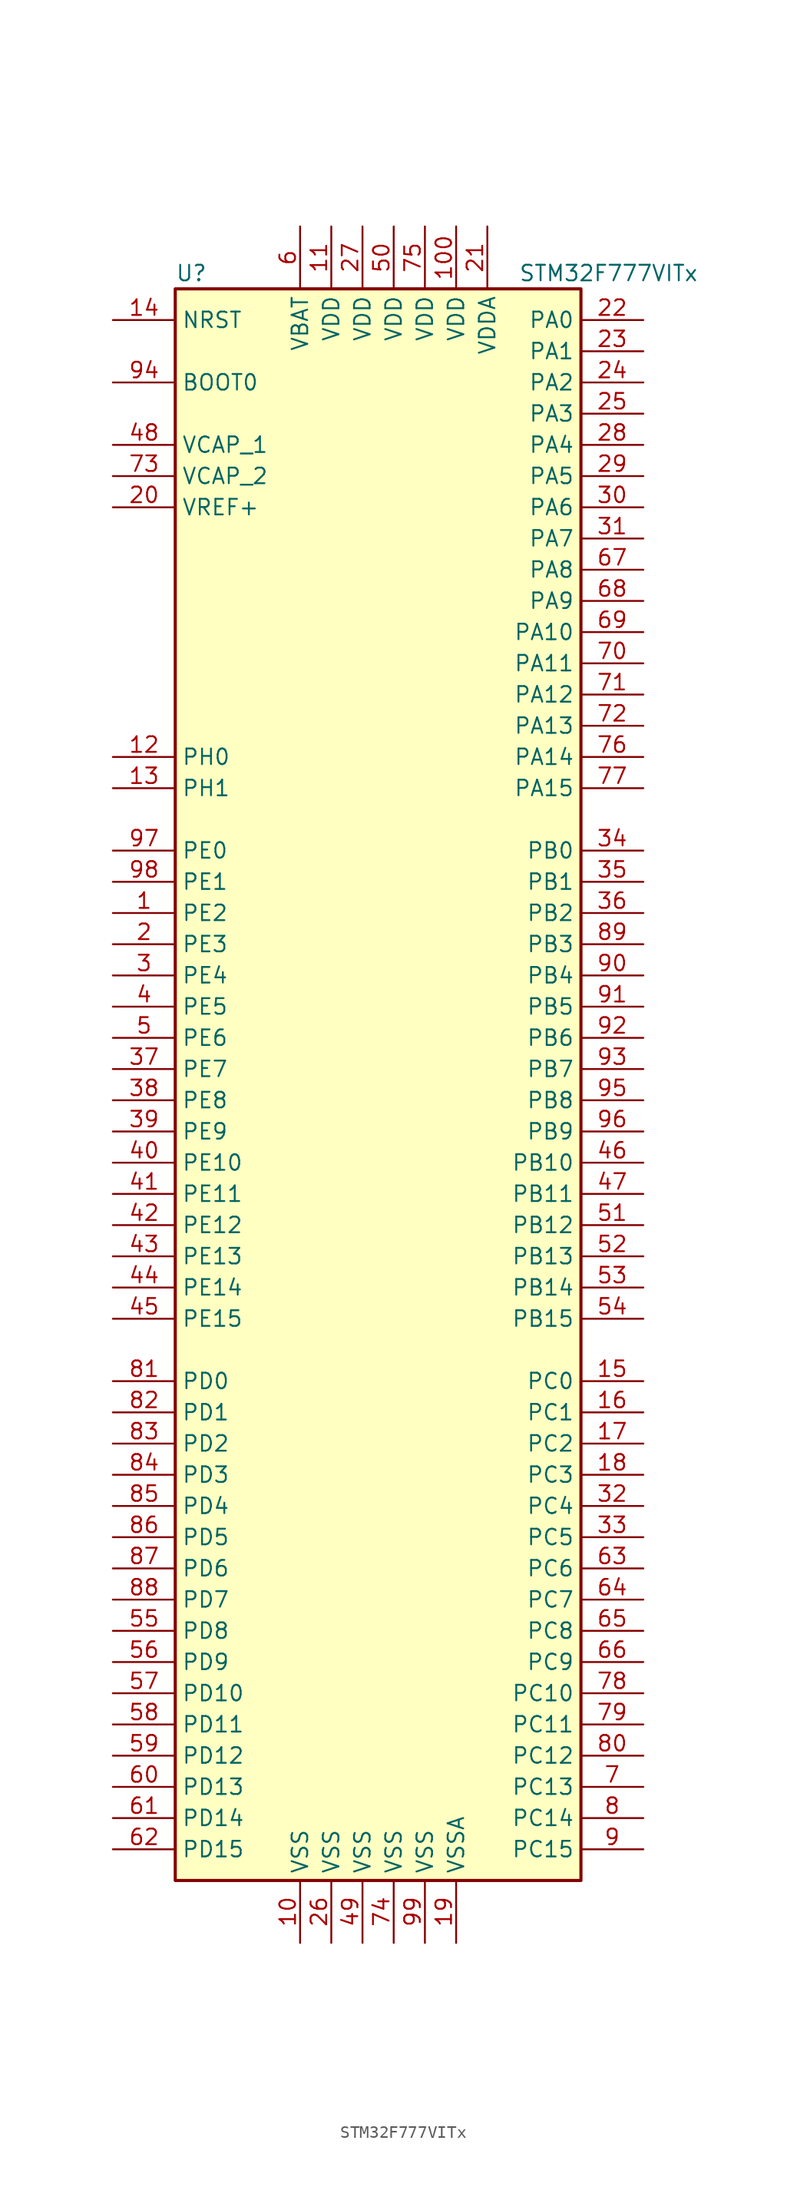
<source format=kicad_sym>
(kicad_symbol_lib
  (version 20201005)
  (generator kicad_symbol_editor)
  (symbol "STM32F777VITx"
    (property "Reference" "U"
      (at -17.78 64.77 0)
      (effects (font (size 1.27 1.27)) (justify left)))
    (property "Value" "STM32F777VITx"
      (at 10.16 64.77 0)
      (effects (font (size 1.27 1.27)) (justify left)))
    (symbol "STM32F777VITx_0_1"
      (rectangle (start -17.78 -66.04) (end 15.24 63.5) (stroke (width 0.254)) (fill (type background))))
    (symbol "STM32F777VITx_1_1"
      (pin input line (at -22.86 55.88 0) (length 5.08) (name "BOOT0" (effects (font (size 1.27 1.27)))) (number "94" (effects (font (size 1.27 1.27)))))
      (pin input line (at -22.86 60.96 0) (length 5.08) (name "NRST" (effects (font (size 1.27 1.27)))) (number "14" (effects (font (size 1.27 1.27)))))
      (pin bidirectional line (at 20.32 60.96 180) (length 5.08) (name "PA0" (effects (font (size 1.27 1.27)))) (number "22" (effects (font (size 1.27 1.27)))))
      (pin bidirectional line (at 20.32 58.42 180) (length 5.08) (name "PA1" (effects (font (size 1.27 1.27)))) (number "23" (effects (font (size 1.27 1.27)))))
      (pin bidirectional line (at 20.32 35.56 180) (length 5.08) (name "PA10" (effects (font (size 1.27 1.27)))) (number "69" (effects (font (size 1.27 1.27)))))
      (pin bidirectional line (at 20.32 33.02 180) (length 5.08) (name "PA11" (effects (font (size 1.27 1.27)))) (number "70" (effects (font (size 1.27 1.27)))))
      (pin bidirectional line (at 20.32 30.48 180) (length 5.08) (name "PA12" (effects (font (size 1.27 1.27)))) (number "71" (effects (font (size 1.27 1.27)))))
      (pin bidirectional line (at 20.32 27.94 180) (length 5.08) (name "PA13" (effects (font (size 1.27 1.27)))) (number "72" (effects (font (size 1.27 1.27)))))
      (pin bidirectional line (at 20.32 25.4 180) (length 5.08) (name "PA14" (effects (font (size 1.27 1.27)))) (number "76" (effects (font (size 1.27 1.27)))))
      (pin bidirectional line (at 20.32 22.86 180) (length 5.08) (name "PA15" (effects (font (size 1.27 1.27)))) (number "77" (effects (font (size 1.27 1.27)))))
      (pin bidirectional line (at 20.32 55.88 180) (length 5.08) (name "PA2" (effects (font (size 1.27 1.27)))) (number "24" (effects (font (size 1.27 1.27)))))
      (pin bidirectional line (at 20.32 53.34 180) (length 5.08) (name "PA3" (effects (font (size 1.27 1.27)))) (number "25" (effects (font (size 1.27 1.27)))))
      (pin bidirectional line (at 20.32 50.8 180) (length 5.08) (name "PA4" (effects (font (size 1.27 1.27)))) (number "28" (effects (font (size 1.27 1.27)))))
      (pin bidirectional line (at 20.32 48.26 180) (length 5.08) (name "PA5" (effects (font (size 1.27 1.27)))) (number "29" (effects (font (size 1.27 1.27)))))
      (pin bidirectional line (at 20.32 45.72 180) (length 5.08) (name "PA6" (effects (font (size 1.27 1.27)))) (number "30" (effects (font (size 1.27 1.27)))))
      (pin bidirectional line (at 20.32 43.18 180) (length 5.08) (name "PA7" (effects (font (size 1.27 1.27)))) (number "31" (effects (font (size 1.27 1.27)))))
      (pin bidirectional line (at 20.32 40.64 180) (length 5.08) (name "PA8" (effects (font (size 1.27 1.27)))) (number "67" (effects (font (size 1.27 1.27)))))
      (pin bidirectional line (at 20.32 38.1 180) (length 5.08) (name "PA9" (effects (font (size 1.27 1.27)))) (number "68" (effects (font (size 1.27 1.27)))))
      (pin bidirectional line (at 20.32 17.78 180) (length 5.08) (name "PB0" (effects (font (size 1.27 1.27)))) (number "34" (effects (font (size 1.27 1.27)))))
      (pin bidirectional line (at 20.32 15.24 180) (length 5.08) (name "PB1" (effects (font (size 1.27 1.27)))) (number "35" (effects (font (size 1.27 1.27)))))
      (pin bidirectional line (at 20.32 -7.62 180) (length 5.08) (name "PB10" (effects (font (size 1.27 1.27)))) (number "46" (effects (font (size 1.27 1.27)))))
      (pin bidirectional line (at 20.32 -10.16 180) (length 5.08) (name "PB11" (effects (font (size 1.27 1.27)))) (number "47" (effects (font (size 1.27 1.27)))))
      (pin bidirectional line (at 20.32 -12.7 180) (length 5.08) (name "PB12" (effects (font (size 1.27 1.27)))) (number "51" (effects (font (size 1.27 1.27)))))
      (pin bidirectional line (at 20.32 -15.24 180) (length 5.08) (name "PB13" (effects (font (size 1.27 1.27)))) (number "52" (effects (font (size 1.27 1.27)))))
      (pin bidirectional line (at 20.32 -17.78 180) (length 5.08) (name "PB14" (effects (font (size 1.27 1.27)))) (number "53" (effects (font (size 1.27 1.27)))))
      (pin bidirectional line (at 20.32 -20.32 180) (length 5.08) (name "PB15" (effects (font (size 1.27 1.27)))) (number "54" (effects (font (size 1.27 1.27)))))
      (pin bidirectional line (at 20.32 12.7 180) (length 5.08) (name "PB2" (effects (font (size 1.27 1.27)))) (number "36" (effects (font (size 1.27 1.27)))))
      (pin bidirectional line (at 20.32 10.16 180) (length 5.08) (name "PB3" (effects (font (size 1.27 1.27)))) (number "89" (effects (font (size 1.27 1.27)))))
      (pin bidirectional line (at 20.32 7.62 180) (length 5.08) (name "PB4" (effects (font (size 1.27 1.27)))) (number "90" (effects (font (size 1.27 1.27)))))
      (pin bidirectional line (at 20.32 5.08 180) (length 5.08) (name "PB5" (effects (font (size 1.27 1.27)))) (number "91" (effects (font (size 1.27 1.27)))))
      (pin bidirectional line (at 20.32 2.54 180) (length 5.08) (name "PB6" (effects (font (size 1.27 1.27)))) (number "92" (effects (font (size 1.27 1.27)))))
      (pin bidirectional line (at 20.32 0 180) (length 5.08) (name "PB7" (effects (font (size 1.27 1.27)))) (number "93" (effects (font (size 1.27 1.27)))))
      (pin bidirectional line (at 20.32 -2.54 180) (length 5.08) (name "PB8" (effects (font (size 1.27 1.27)))) (number "95" (effects (font (size 1.27 1.27)))))
      (pin bidirectional line (at 20.32 -5.08 180) (length 5.08) (name "PB9" (effects (font (size 1.27 1.27)))) (number "96" (effects (font (size 1.27 1.27)))))
      (pin bidirectional line (at 20.32 -25.4 180) (length 5.08) (name "PC0" (effects (font (size 1.27 1.27)))) (number "15" (effects (font (size 1.27 1.27)))))
      (pin bidirectional line (at 20.32 -27.94 180) (length 5.08) (name "PC1" (effects (font (size 1.27 1.27)))) (number "16" (effects (font (size 1.27 1.27)))))
      (pin bidirectional line (at 20.32 -50.8 180) (length 5.08) (name "PC10" (effects (font (size 1.27 1.27)))) (number "78" (effects (font (size 1.27 1.27)))))
      (pin bidirectional line (at 20.32 -53.34 180) (length 5.08) (name "PC11" (effects (font (size 1.27 1.27)))) (number "79" (effects (font (size 1.27 1.27)))))
      (pin bidirectional line (at 20.32 -55.88 180) (length 5.08) (name "PC12" (effects (font (size 1.27 1.27)))) (number "80" (effects (font (size 1.27 1.27)))))
      (pin bidirectional line (at 20.32 -58.42 180) (length 5.08) (name "PC13" (effects (font (size 1.27 1.27)))) (number "7" (effects (font (size 1.27 1.27)))))
      (pin bidirectional line (at 20.32 -60.96 180) (length 5.08) (name "PC14" (effects (font (size 1.27 1.27)))) (number "8" (effects (font (size 1.27 1.27)))))
      (pin bidirectional line (at 20.32 -63.5 180) (length 5.08) (name "PC15" (effects (font (size 1.27 1.27)))) (number "9" (effects (font (size 1.27 1.27)))))
      (pin bidirectional line (at 20.32 -30.48 180) (length 5.08) (name "PC2" (effects (font (size 1.27 1.27)))) (number "17" (effects (font (size 1.27 1.27)))))
      (pin bidirectional line (at 20.32 -33.02 180) (length 5.08) (name "PC3" (effects (font (size 1.27 1.27)))) (number "18" (effects (font (size 1.27 1.27)))))
      (pin bidirectional line (at 20.32 -35.56 180) (length 5.08) (name "PC4" (effects (font (size 1.27 1.27)))) (number "32" (effects (font (size 1.27 1.27)))))
      (pin bidirectional line (at 20.32 -38.1 180) (length 5.08) (name "PC5" (effects (font (size 1.27 1.27)))) (number "33" (effects (font (size 1.27 1.27)))))
      (pin bidirectional line (at 20.32 -40.64 180) (length 5.08) (name "PC6" (effects (font (size 1.27 1.27)))) (number "63" (effects (font (size 1.27 1.27)))))
      (pin bidirectional line (at 20.32 -43.18 180) (length 5.08) (name "PC7" (effects (font (size 1.27 1.27)))) (number "64" (effects (font (size 1.27 1.27)))))
      (pin bidirectional line (at 20.32 -45.72 180) (length 5.08) (name "PC8" (effects (font (size 1.27 1.27)))) (number "65" (effects (font (size 1.27 1.27)))))
      (pin bidirectional line (at 20.32 -48.26 180) (length 5.08) (name "PC9" (effects (font (size 1.27 1.27)))) (number "66" (effects (font (size 1.27 1.27)))))
      (pin bidirectional line (at -22.86 -25.4 0) (length 5.08) (name "PD0" (effects (font (size 1.27 1.27)))) (number "81" (effects (font (size 1.27 1.27)))))
      (pin bidirectional line (at -22.86 -27.94 0) (length 5.08) (name "PD1" (effects (font (size 1.27 1.27)))) (number "82" (effects (font (size 1.27 1.27)))))
      (pin bidirectional line (at -22.86 -50.8 0) (length 5.08) (name "PD10" (effects (font (size 1.27 1.27)))) (number "57" (effects (font (size 1.27 1.27)))))
      (pin bidirectional line (at -22.86 -53.34 0) (length 5.08) (name "PD11" (effects (font (size 1.27 1.27)))) (number "58" (effects (font (size 1.27 1.27)))))
      (pin bidirectional line (at -22.86 -55.88 0) (length 5.08) (name "PD12" (effects (font (size 1.27 1.27)))) (number "59" (effects (font (size 1.27 1.27)))))
      (pin bidirectional line (at -22.86 -58.42 0) (length 5.08) (name "PD13" (effects (font (size 1.27 1.27)))) (number "60" (effects (font (size 1.27 1.27)))))
      (pin bidirectional line (at -22.86 -60.96 0) (length 5.08) (name "PD14" (effects (font (size 1.27 1.27)))) (number "61" (effects (font (size 1.27 1.27)))))
      (pin bidirectional line (at -22.86 -63.5 0) (length 5.08) (name "PD15" (effects (font (size 1.27 1.27)))) (number "62" (effects (font (size 1.27 1.27)))))
      (pin bidirectional line (at -22.86 -30.48 0) (length 5.08) (name "PD2" (effects (font (size 1.27 1.27)))) (number "83" (effects (font (size 1.27 1.27)))))
      (pin bidirectional line (at -22.86 -33.02 0) (length 5.08) (name "PD3" (effects (font (size 1.27 1.27)))) (number "84" (effects (font (size 1.27 1.27)))))
      (pin bidirectional line (at -22.86 -35.56 0) (length 5.08) (name "PD4" (effects (font (size 1.27 1.27)))) (number "85" (effects (font (size 1.27 1.27)))))
      (pin bidirectional line (at -22.86 -38.1 0) (length 5.08) (name "PD5" (effects (font (size 1.27 1.27)))) (number "86" (effects (font (size 1.27 1.27)))))
      (pin bidirectional line (at -22.86 -40.64 0) (length 5.08) (name "PD6" (effects (font (size 1.27 1.27)))) (number "87" (effects (font (size 1.27 1.27)))))
      (pin bidirectional line (at -22.86 -43.18 0) (length 5.08) (name "PD7" (effects (font (size 1.27 1.27)))) (number "88" (effects (font (size 1.27 1.27)))))
      (pin bidirectional line (at -22.86 -45.72 0) (length 5.08) (name "PD8" (effects (font (size 1.27 1.27)))) (number "55" (effects (font (size 1.27 1.27)))))
      (pin bidirectional line (at -22.86 -48.26 0) (length 5.08) (name "PD9" (effects (font (size 1.27 1.27)))) (number "56" (effects (font (size 1.27 1.27)))))
      (pin bidirectional line (at -22.86 17.78 0) (length 5.08) (name "PE0" (effects (font (size 1.27 1.27)))) (number "97" (effects (font (size 1.27 1.27)))))
      (pin bidirectional line (at -22.86 15.24 0) (length 5.08) (name "PE1" (effects (font (size 1.27 1.27)))) (number "98" (effects (font (size 1.27 1.27)))))
      (pin bidirectional line (at -22.86 -7.62 0) (length 5.08) (name "PE10" (effects (font (size 1.27 1.27)))) (number "40" (effects (font (size 1.27 1.27)))))
      (pin bidirectional line (at -22.86 -10.16 0) (length 5.08) (name "PE11" (effects (font (size 1.27 1.27)))) (number "41" (effects (font (size 1.27 1.27)))))
      (pin bidirectional line (at -22.86 -12.7 0) (length 5.08) (name "PE12" (effects (font (size 1.27 1.27)))) (number "42" (effects (font (size 1.27 1.27)))))
      (pin bidirectional line (at -22.86 -15.24 0) (length 5.08) (name "PE13" (effects (font (size 1.27 1.27)))) (number "43" (effects (font (size 1.27 1.27)))))
      (pin bidirectional line (at -22.86 -17.78 0) (length 5.08) (name "PE14" (effects (font (size 1.27 1.27)))) (number "44" (effects (font (size 1.27 1.27)))))
      (pin bidirectional line (at -22.86 -20.32 0) (length 5.08) (name "PE15" (effects (font (size 1.27 1.27)))) (number "45" (effects (font (size 1.27 1.27)))))
      (pin bidirectional line (at -22.86 12.7 0) (length 5.08) (name "PE2" (effects (font (size 1.27 1.27)))) (number "1" (effects (font (size 1.27 1.27)))))
      (pin bidirectional line (at -22.86 10.16 0) (length 5.08) (name "PE3" (effects (font (size 1.27 1.27)))) (number "2" (effects (font (size 1.27 1.27)))))
      (pin bidirectional line (at -22.86 7.62 0) (length 5.08) (name "PE4" (effects (font (size 1.27 1.27)))) (number "3" (effects (font (size 1.27 1.27)))))
      (pin bidirectional line (at -22.86 5.08 0) (length 5.08) (name "PE5" (effects (font (size 1.27 1.27)))) (number "4" (effects (font (size 1.27 1.27)))))
      (pin bidirectional line (at -22.86 2.54 0) (length 5.08) (name "PE6" (effects (font (size 1.27 1.27)))) (number "5" (effects (font (size 1.27 1.27)))))
      (pin bidirectional line (at -22.86 0 0) (length 5.08) (name "PE7" (effects (font (size 1.27 1.27)))) (number "37" (effects (font (size 1.27 1.27)))))
      (pin bidirectional line (at -22.86 -2.54 0) (length 5.08) (name "PE8" (effects (font (size 1.27 1.27)))) (number "38" (effects (font (size 1.27 1.27)))))
      (pin bidirectional line (at -22.86 -5.08 0) (length 5.08) (name "PE9" (effects (font (size 1.27 1.27)))) (number "39" (effects (font (size 1.27 1.27)))))
      (pin input line (at -22.86 25.4 0) (length 5.08) (name "PH0" (effects (font (size 1.27 1.27)))) (number "12" (effects (font (size 1.27 1.27)))))
      (pin input line (at -22.86 22.86 0) (length 5.08) (name "PH1" (effects (font (size 1.27 1.27)))) (number "13" (effects (font (size 1.27 1.27)))))
      (pin power_in line (at -7.62 68.58 270) (length 5.08) (name "VBAT" (effects (font (size 1.27 1.27)))) (number "6" (effects (font (size 1.27 1.27)))))
      (pin power_in line (at -22.86 50.8 0) (length 5.08) (name "VCAP_1" (effects (font (size 1.27 1.27)))) (number "48" (effects (font (size 1.27 1.27)))))
      (pin power_in line (at -22.86 48.26 0) (length 5.08) (name "VCAP_2" (effects (font (size 1.27 1.27)))) (number "73" (effects (font (size 1.27 1.27)))))
      (pin power_in line (at 5.08 68.58 270) (length 5.08) (name "VDD" (effects (font (size 1.27 1.27)))) (number "100" (effects (font (size 1.27 1.27)))))
      (pin power_in line (at -5.08 68.58 270) (length 5.08) (name "VDD" (effects (font (size 1.27 1.27)))) (number "11" (effects (font (size 1.27 1.27)))))
      (pin power_in line (at -2.54 68.58 270) (length 5.08) (name "VDD" (effects (font (size 1.27 1.27)))) (number "27" (effects (font (size 1.27 1.27)))))
      (pin power_in line (at 0 68.58 270) (length 5.08) (name "VDD" (effects (font (size 1.27 1.27)))) (number "50" (effects (font (size 1.27 1.27)))))
      (pin power_in line (at 2.54 68.58 270) (length 5.08) (name "VDD" (effects (font (size 1.27 1.27)))) (number "75" (effects (font (size 1.27 1.27)))))
      (pin power_in line (at 7.62 68.58 270) (length 5.08) (name "VDDA" (effects (font (size 1.27 1.27)))) (number "21" (effects (font (size 1.27 1.27)))))
      (pin power_in line (at -22.86 45.72 0) (length 5.08) (name "VREF+" (effects (font (size 1.27 1.27)))) (number "20" (effects (font (size 1.27 1.27)))))
      (pin power_in line (at -7.62 -71.12 90) (length 5.08) (name "VSS" (effects (font (size 1.27 1.27)))) (number "10" (effects (font (size 1.27 1.27)))))
      (pin power_in line (at -5.08 -71.12 90) (length 5.08) (name "VSS" (effects (font (size 1.27 1.27)))) (number "26" (effects (font (size 1.27 1.27)))))
      (pin power_in line (at -2.54 -71.12 90) (length 5.08) (name "VSS" (effects (font (size 1.27 1.27)))) (number "49" (effects (font (size 1.27 1.27)))))
      (pin power_in line (at 0 -71.12 90) (length 5.08) (name "VSS" (effects (font (size 1.27 1.27)))) (number "74" (effects (font (size 1.27 1.27)))))
      (pin power_in line (at 2.54 -71.12 90) (length 5.08) (name "VSS" (effects (font (size 1.27 1.27)))) (number "99" (effects (font (size 1.27 1.27)))))
      (pin power_in line (at 5.08 -71.12 90) (length 5.08) (name "VSSA" (effects (font (size 1.27 1.27)))) (number "19" (effects (font (size 1.27 1.27))))))))
</source>
